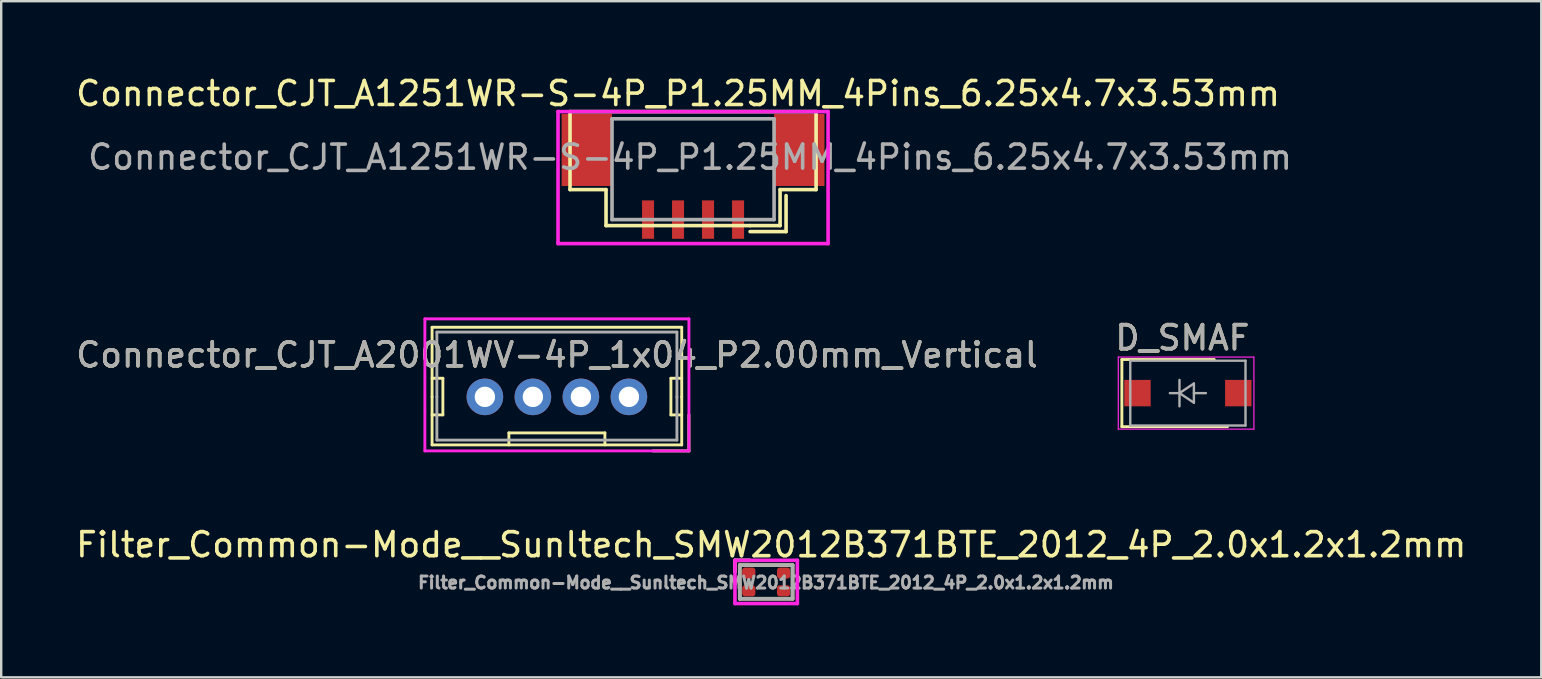
<source format=kicad_pcb>
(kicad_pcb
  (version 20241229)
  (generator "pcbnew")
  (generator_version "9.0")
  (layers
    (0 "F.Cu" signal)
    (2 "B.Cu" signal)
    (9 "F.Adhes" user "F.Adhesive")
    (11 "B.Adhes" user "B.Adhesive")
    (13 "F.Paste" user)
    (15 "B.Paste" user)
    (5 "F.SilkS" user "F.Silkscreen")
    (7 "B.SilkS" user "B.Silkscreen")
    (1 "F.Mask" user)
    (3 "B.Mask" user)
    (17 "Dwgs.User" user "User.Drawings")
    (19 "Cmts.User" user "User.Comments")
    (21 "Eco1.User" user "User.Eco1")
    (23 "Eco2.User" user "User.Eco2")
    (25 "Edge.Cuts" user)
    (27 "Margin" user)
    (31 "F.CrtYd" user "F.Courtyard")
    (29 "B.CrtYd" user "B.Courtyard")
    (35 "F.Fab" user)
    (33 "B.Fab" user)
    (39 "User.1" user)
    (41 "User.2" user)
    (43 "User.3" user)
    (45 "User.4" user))
  (footprint "D_SMAF"
    (layer "F.Cu")
    (at 46.435 13.326)
    (property "Reference" "D_SMAF" (at -0.227 -2.305 0) (layer "F.SilkS") (effects (font (size 1 1) (thickness 0.15))))
    (attr smd)
    (fp_line (start -2.75 -1.4) (end -2.75 1.4) (stroke (width 0.12) (type solid)) (layer "F.SilkS"))
    (fp_line (start -2.75 -1.4) (end 1.1 -1.4) (stroke (width 0.12) (type solid)) (layer "F.SilkS"))
    (fp_line (start -2.75 1.4) (end 1.65 1.4) (stroke (width 0.12) (type solid)) (layer "F.SilkS"))
    (fp_line (start -2.9 -1.5) (end -2.9 1.5) (stroke (width 0.05) (type solid)) (layer "F.CrtYd"))
    (fp_line (start -2.9 -1.5) (end 2.75 -1.5) (stroke (width 0.05) (type solid)) (layer "F.CrtYd"))
    (fp_line (start 2.75 -1.5) (end 2.75 1.5) (stroke (width 0.05) (type solid)) (layer "F.CrtYd"))
    (fp_line (start 2.75 1.5) (end -2.9 1.5) (stroke (width 0.05) (type solid)) (layer "F.CrtYd"))
    (fp_line (start -2.4 -1.35) (end 2.4 -1.35) (stroke (width 0.1) (type solid)) (layer "F.Fab"))
    (fp_line (start -2.4 1.35) (end -2.4 -1.35) (stroke (width 0.1) (type solid)) (layer "F.Fab"))
    (fp_line (start -0.75 0) (end -0.35 0) (stroke (width 0.1) (type solid)) (layer "F.Fab"))
    (fp_line (start -0.35 0) (end -0.35 -0.55) (stroke (width 0.1) (type solid)) (layer "F.Fab"))
    (fp_line (start -0.35 0) (end -0.35 0.55) (stroke (width 0.1) (type solid)) (layer "F.Fab"))
    (fp_line (start -0.35 0) (end 0.25 -0.4) (stroke (width 0.1) (type solid)) (layer "F.Fab"))
    (fp_line (start 0.25 -0.4) (end 0.25 0.4) (stroke (width 0.1) (type solid)) (layer "F.Fab"))
    (fp_line (start 0.25 0) (end 0.75 0) (stroke (width 0.1) (type solid)) (layer "F.Fab"))
    (fp_line (start 0.25 0.4) (end -0.35 0) (stroke (width 0.1) (type solid)) (layer "F.Fab"))
    (fp_line (start 2.4 -1.35) (end 2.4 1.35) (stroke (width 0.1) (type solid)) (layer "F.Fab"))
    (fp_line (start 2.4 1.35) (end -2.4 1.35) (stroke (width 0.1) (type solid)) (layer "F.Fab"))
    (fp_text user "${REFERENCE}" (at -0.227 -2.305 0) (layer "F.Fab") (effects (font (size 1 1) (thickness 0.15))))
    (pad "1" smd rect (at -2.1 0) (size 1.1 1.1) (layers "F.Cu" "F.Mask" "F.Paste"))
    (pad "2" smd rect (at 2.1 0) (size 1.1 1.1) (layers "F.Cu" "F.Mask" "F.Paste")))
  (footprint "Connector_CJT_A1251WR-S-4P_P1.25MM_4Pins_6.25x4.7x3.53mm"
    (layer "F.Cu")
    (at 25.846 6.098)
    (property "Reference" "Connector_CJT_A1251WR-S-4P_P1.25MM_4Pins_6.25x4.7x3.53mm" (at -0.65 -5.25 0) (layer "F.SilkS") (effects (font (size 1 1) (thickness 0.15))))
    (attr smd)
    (fp_line (start -5.15 -4.5) (end -5.15 -1.25) (stroke (width 0.15) (type solid)) (layer "F.SilkS"))
    (fp_line (start -5.15 -1.25) (end -3.65 -1.25) (stroke (width 0.15) (type solid)) (layer "F.SilkS"))
    (fp_line (start -3.65 -1.25) (end -3.65 0.25) (stroke (width 0.15) (type solid)) (layer "F.SilkS"))
    (fp_line (start -3.65 0.25) (end 2.35 0.25) (stroke (width 0.15) (type solid)) (layer "F.SilkS"))
    (fp_line (start 2.35 0.25) (end 3.6 0.25) (stroke (width 0.15) (type solid)) (layer "F.SilkS"))
    (fp_line (start 2.35 0.5) (end 3.85 0.5) (stroke (width 0.15) (type solid)) (layer "F.SilkS"))
    (fp_line (start 3.6 -1.25) (end 5.1 -1.25) (stroke (width 0.15) (type solid)) (layer "F.SilkS"))
    (fp_line (start 3.6 0.25) (end 3.6 -1.25) (stroke (width 0.15) (type solid)) (layer "F.SilkS"))
    (fp_line (start 3.85 0.5) (end 3.85 -1) (stroke (width 0.15) (type solid)) (layer "F.SilkS"))
    (fp_line (start 5.1 -4.5) (end -5.15 -4.5) (stroke (width 0.15) (type solid)) (layer "F.SilkS"))
    (fp_line (start 5.1 -1.25) (end 5.1 -4.5) (stroke (width 0.15) (type solid)) (layer "F.SilkS"))
    (fp_line (start -5.65 -4.5) (end -5.65 1) (stroke (width 0.15) (type solid)) (layer "F.CrtYd"))
    (fp_line (start -5.65 1) (end 5.6 1) (stroke (width 0.15) (type solid)) (layer "F.CrtYd"))
    (fp_line (start 5.6 -4.5) (end -5.65 -4.5) (stroke (width 0.15) (type solid)) (layer "F.CrtYd"))
    (fp_line (start 5.6 1) (end 5.6 -4.5) (stroke (width 0.15) (type solid)) (layer "F.CrtYd"))
    (fp_line (start -3.4 -4.2) (end -3.4 0) (stroke (width 0.15) (type solid)) (layer "F.Fab"))
    (fp_line (start -3.4 0) (end 3.35 0) (stroke (width 0.15) (type solid)) (layer "F.Fab"))
    (fp_line (start 3.35 -4.2) (end -3.4 -4.2) (stroke (width 0.15) (type solid)) (layer "F.Fab"))
    (fp_line (start 3.35 0) (end 3.35 -4.2) (stroke (width 0.15) (type solid)) (layer "F.Fab"))
    (fp_text user "${REFERENCE}" (at -0.15 -2.6 0) (layer "F.Fab") (effects (font (size 1 1) (thickness 0.15))))
    (pad "1" smd rect (at 1.85 0) (size 0.5 1.6) (layers "F.Cu" "F.Mask" "F.Paste"))
    (pad "2" smd rect (at 0.6 0) (size 0.5 1.6) (layers "F.Cu" "F.Mask" "F.Paste"))
    (pad "3" smd rect (at -0.65 0) (size 0.5 1.6) (layers "F.Cu" "F.Mask" "F.Paste"))
    (pad "4" smd rect (at -1.9 0) (size 0.5 1.6) (layers "F.Cu" "F.Mask" "F.Paste"))
    (pad "MP" smd rect (at -4.45 -2.9) (size 2.1 3) (layers "F.Cu" "F.Mask" "F.Paste"))
    (pad "MP" smd rect (at 4.4 -2.9) (size 2.1 3) (layers "F.Cu" "F.Mask" "F.Paste")))
  (footprint "Filter_Common-Mode__Sunltech_SMW2012B371BTE_2012_4P_2.0x1.2x1.2mm"
    (layer "F.Cu")
    (at 28.867 21.192)
    (property "Reference" "Filter_Common-Mode__Sunltech_SMW2012B371BTE_2012_4P_2.0x1.2x1.2mm" (at 0.21 -1.55 180) (layer "F.SilkS") (effects (font (size 1 1) (thickness 0.15))))
    (attr smd)
    (fp_line (start -1.3 -0.9) (end -0.69 -0.9) (stroke (width 0.15) (type solid)) (layer "F.SilkS"))
    (fp_line (start -1.3 -0.42) (end -1.3 -0.9) (stroke (width 0.15) (type solid)) (layer "F.SilkS"))
    (fp_line (start -1.1 -0.7) (end 1.1 -0.7) (stroke (width 0.15) (type solid)) (layer "F.SilkS"))
    (fp_line (start -1.1 0.7) (end -1.1 -0.7) (stroke (width 0.15) (type solid)) (layer "F.SilkS"))
    (fp_line (start 1.1 -0.7) (end 1.1 0.7) (stroke (width 0.15) (type solid)) (layer "F.SilkS"))
    (fp_line (start 1.1 0.7) (end -1.1 0.7) (stroke (width 0.15) (type solid)) (layer "F.SilkS"))
    (fp_line (start -1.3 -0.9) (end 1.3 -0.9) (stroke (width 0.15) (type solid)) (layer "F.CrtYd"))
    (fp_line (start -1.3 0.9) (end -1.3 -0.9) (stroke (width 0.15) (type solid)) (layer "F.CrtYd"))
    (fp_line (start 1.3 -0.9) (end 1.3 0.9) (stroke (width 0.15) (type solid)) (layer "F.CrtYd"))
    (fp_line (start 1.3 0.9) (end -1.3 0.9) (stroke (width 0.15) (type solid)) (layer "F.CrtYd"))
    (fp_line (start -1.1 -0.7) (end 1.1 -0.7) (stroke (width 0.15) (type solid)) (layer "F.Fab"))
    (fp_line (start -1.1 0.7) (end -1.1 -0.7) (stroke (width 0.15) (type solid)) (layer "F.Fab"))
    (fp_line (start 1.1 -0.7) (end 1.1 0.7) (stroke (width 0.15) (type solid)) (layer "F.Fab"))
    (fp_line (start 1.1 0.7) (end -1.1 0.7) (stroke (width 0.15) (type solid)) (layer "F.Fab"))
    (fp_text user "${REFERENCE}" (at -0.01 0.03 0) (layer "F.Fab") (effects (font (size 0.5 0.5) (thickness 0.125))))
    (pad "1" smd roundrect (at -0.725 0.37) (size 0.55 0.46) (layers "F.Cu" "F.Mask" "F.Paste") (roundrect_rratio 0.25))
    (pad "2" smd roundrect (at -0.725 -0.37) (size 0.55 0.46) (layers "F.Cu" "F.Mask" "F.Paste") (roundrect_rratio 0.25))
    (pad "3" smd roundrect (at 0.725 -0.37) (size 0.55 0.46) (layers "F.Cu" "F.Mask" "F.Paste") (roundrect_rratio 0.25))
    (pad "4" smd roundrect (at 0.725 0.37) (size 0.55 0.46) (layers "F.Cu" "F.Mask" "F.Paste") (roundrect_rratio 0.25)))
  (footprint "Connector_CJT_A2001WV-4P_1x04_P2.00mm_Vertical"
    (layer "F.Cu")
    (at 20.149 13.483)
    (property "Reference" "Connector_CJT_A2001WV-4P_1x04_P2.00mm_Vertical" (at 0 -1.75 0) (layer "F.SilkS") (effects (font (size 1 1) (thickness 0.15))))
    (attr through_hole)
    (fp_line (start -5.2 -2.9) (end -5.2 0) (stroke (width 0.12) (type solid)) (layer "F.SilkS"))
    (fp_line (start -5.2 0) (end -5.2 2) (stroke (width 0.12) (type solid)) (layer "F.SilkS"))
    (fp_line (start -5.2 0.75) (end -4.75 0.75) (stroke (width 0.12) (type solid)) (layer "F.SilkS"))
    (fp_line (start -5.2 2) (end 5.2 2) (stroke (width 0.12) (type solid)) (layer "F.SilkS"))
    (fp_line (start -4.75 -0.775) (end -5.2 -0.775) (stroke (width 0.12) (type solid)) (layer "F.SilkS"))
    (fp_line (start -4.75 0.75) (end -4.75 -0.775) (stroke (width 0.12) (type solid)) (layer "F.SilkS"))
    (fp_line (start -2 1.5) (end 2 1.5) (stroke (width 0.12) (type solid)) (layer "F.SilkS"))
    (fp_line (start -2 2) (end -2 1.5) (stroke (width 0.12) (type solid)) (layer "F.SilkS"))
    (fp_line (start 2 1.5) (end 2 2) (stroke (width 0.12) (type solid)) (layer "F.SilkS"))
    (fp_line (start 4 2.25) (end 5.5 2.25) (stroke (width 0.12) (type solid)) (layer "F.SilkS"))
    (fp_line (start 4.75 -0.775) (end 4.75 0.75) (stroke (width 0.12) (type solid)) (layer "F.SilkS"))
    (fp_line (start 4.75 0.75) (end 5.2 0.75) (stroke (width 0.12) (type solid)) (layer "F.SilkS"))
    (fp_line (start 5.2 -2.9) (end -5.2 -2.9) (stroke (width 0.12) (type solid)) (layer "F.SilkS"))
    (fp_line (start 5.2 -0.775) (end 4.75 -0.775) (stroke (width 0.12) (type solid)) (layer "F.SilkS"))
    (fp_line (start 5.2 0) (end 5.2 -2.9) (stroke (width 0.12) (type solid)) (layer "F.SilkS"))
    (fp_line (start 5.2 2) (end 5.2 0) (stroke (width 0.12) (type solid)) (layer "F.SilkS"))
    (fp_line (start 5.5 2.25) (end 5.5 0.75) (stroke (width 0.12) (type solid)) (layer "F.SilkS"))
    (fp_line (start -5.5 -3.25) (end -5.5 2.25) (stroke (width 0.12) (type solid)) (layer "F.CrtYd"))
    (fp_line (start -5.5 2.25) (end 5.5 2.25) (stroke (width 0.12) (type solid)) (layer "F.CrtYd"))
    (fp_line (start 5.5 -3.25) (end -5.5 -3.25) (stroke (width 0.12) (type solid)) (layer "F.CrtYd"))
    (fp_line (start 5.5 2.25) (end 5.5 -3.25) (stroke (width 0.12) (type solid)) (layer "F.CrtYd"))
    (fp_line (start -5 -2.7) (end -5 0) (stroke (width 0.12) (type solid)) (layer "F.Fab"))
    (fp_line (start -5 1.8) (end -5 0) (stroke (width 0.12) (type solid)) (layer "F.Fab"))
    (fp_line (start -5 1.8) (end 5 1.8) (stroke (width 0.12) (type solid)) (layer "F.Fab"))
    (fp_line (start 5 -2.7) (end -5 -2.7) (stroke (width 0.12) (type solid)) (layer "F.Fab"))
    (fp_line (start 5 0) (end 5 -2.7) (stroke (width 0.12) (type solid)) (layer "F.Fab"))
    (fp_line (start 5 1.8) (end 5 0) (stroke (width 0.12) (type solid)) (layer "F.Fab"))
    (fp_text user "${REFERENCE}" (at 0 -1.75 0) (layer "F.Fab") (effects (font (size 1 1) (thickness 0.15))))
    (pad "1" thru_hole circle (at 3 0) (size 1.524 1.524) (drill 0.85) (layers "*.Cu" "*.Mask"))
    (pad "2" thru_hole circle (at 1 0) (size 1.524 1.524) (drill 0.85) (layers "*.Cu" "*.Mask"))
    (pad "3" thru_hole circle (at -1 0) (size 1.524 1.524) (drill 0.85) (layers "*.Cu" "*.Mask"))
    (pad "4" thru_hole circle (at -3 0) (size 1.524 1.524) (drill 0.85) (layers "*.Cu" "*.Mask")))
  (gr_rect
    (start -3 -3)
    (end 61.155 25.166)
    (stroke (width 0.1) (type default))
    (fill no)
    (layer "Edge.Cuts")))
</source>
